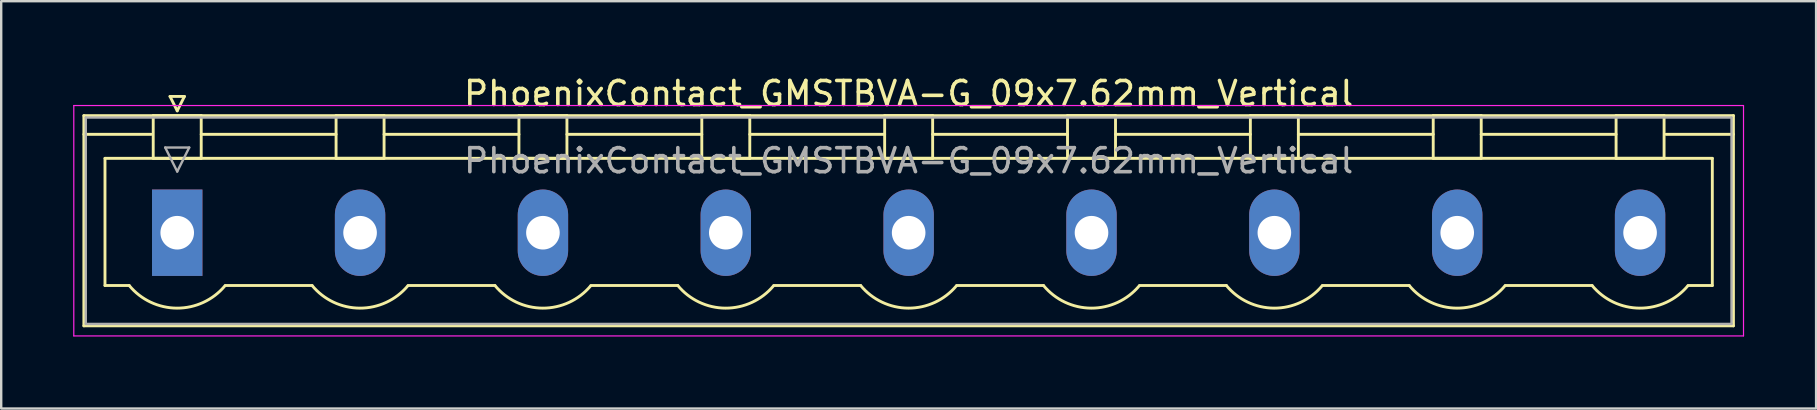
<source format=kicad_pcb>
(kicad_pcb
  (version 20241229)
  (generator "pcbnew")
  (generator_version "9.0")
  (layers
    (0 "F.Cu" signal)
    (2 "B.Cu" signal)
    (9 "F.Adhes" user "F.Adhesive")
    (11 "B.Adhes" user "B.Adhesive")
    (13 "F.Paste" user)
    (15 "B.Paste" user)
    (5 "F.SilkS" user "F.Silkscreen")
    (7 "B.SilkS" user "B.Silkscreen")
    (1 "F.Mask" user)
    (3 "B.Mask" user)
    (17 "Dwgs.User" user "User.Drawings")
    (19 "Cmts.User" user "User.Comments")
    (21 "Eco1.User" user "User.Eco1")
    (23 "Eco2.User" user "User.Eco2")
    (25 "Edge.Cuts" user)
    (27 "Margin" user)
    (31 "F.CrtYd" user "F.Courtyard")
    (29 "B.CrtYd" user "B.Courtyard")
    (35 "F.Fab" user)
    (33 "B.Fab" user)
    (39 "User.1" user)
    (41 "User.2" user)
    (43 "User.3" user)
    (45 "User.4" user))
  (footprint "PhoenixContact_GMSTBVA-G_09x7.62mm_Vertical"
    (layer "F.Cu")
    (at 4.335 6.648)
    (property "Reference" "PhoenixContact_GMSTBVA-G_09x7.62mm_Vertical" (at 30.48 -5.8 0) (layer "F.SilkS") (effects (font (size 1 1) (thickness 0.15))))
    (attr through_hole)
    (fp_line (start -3.89 -4.88) (end -3.89 3.88) (stroke (width 0.12) (type solid)) (layer "F.SilkS"))
    (fp_line (start -3.89 -4.1) (end -1.08 -4.1) (stroke (width 0.12) (type solid)) (layer "F.SilkS"))
    (fp_line (start -3.89 3.88) (end 64.85 3.88) (stroke (width 0.12) (type solid)) (layer "F.SilkS"))
    (fp_line (start -3.01 -3.1) (end 63.97 -3.1) (stroke (width 0.12) (type solid)) (layer "F.SilkS"))
    (fp_line (start -3.01 2.2) (end -3.01 -3.1) (stroke (width 0.12) (type solid)) (layer "F.SilkS"))
    (fp_line (start -2 2.2) (end -3.01 2.2) (stroke (width 0.12) (type solid)) (layer "F.SilkS"))
    (fp_line (start -1 -4.88) (end 1 -4.88) (stroke (width 0.12) (type solid)) (layer "F.SilkS"))
    (fp_line (start -1 -3.1) (end -1 -4.88) (stroke (width 0.12) (type solid)) (layer "F.SilkS"))
    (fp_line (start -0.3 -5.68) (end 0.3 -5.68) (stroke (width 0.12) (type solid)) (layer "F.SilkS"))
    (fp_line (start 0 -5.08) (end -0.3 -5.68) (stroke (width 0.12) (type solid)) (layer "F.SilkS"))
    (fp_line (start 0.3 -5.68) (end 0 -5.08) (stroke (width 0.12) (type solid)) (layer "F.SilkS"))
    (fp_line (start 1 -4.88) (end 1 -3.1) (stroke (width 0.12) (type solid)) (layer "F.SilkS"))
    (fp_line (start 1 -4.1) (end 6.62 -4.1) (stroke (width 0.12) (type solid)) (layer "F.SilkS"))
    (fp_line (start 1 -3.1) (end -1 -3.1) (stroke (width 0.12) (type solid)) (layer "F.SilkS"))
    (fp_line (start 2 2.2) (end 5.62 2.2) (stroke (width 0.12) (type solid)) (layer "F.SilkS"))
    (fp_line (start 6.62 -4.88) (end 8.62 -4.88) (stroke (width 0.12) (type solid)) (layer "F.SilkS"))
    (fp_line (start 6.62 -3.1) (end 6.62 -4.88) (stroke (width 0.12) (type solid)) (layer "F.SilkS"))
    (fp_line (start 8.62 -4.88) (end 8.62 -3.1) (stroke (width 0.12) (type solid)) (layer "F.SilkS"))
    (fp_line (start 8.62 -4.1) (end 14.24 -4.1) (stroke (width 0.12) (type solid)) (layer "F.SilkS"))
    (fp_line (start 8.62 -3.1) (end 6.62 -3.1) (stroke (width 0.12) (type solid)) (layer "F.SilkS"))
    (fp_line (start 9.62 2.2) (end 13.24 2.2) (stroke (width 0.12) (type solid)) (layer "F.SilkS"))
    (fp_line (start 14.24 -4.88) (end 16.24 -4.88) (stroke (width 0.12) (type solid)) (layer "F.SilkS"))
    (fp_line (start 14.24 -3.1) (end 14.24 -4.88) (stroke (width 0.12) (type solid)) (layer "F.SilkS"))
    (fp_line (start 16.24 -4.88) (end 16.24 -3.1) (stroke (width 0.12) (type solid)) (layer "F.SilkS"))
    (fp_line (start 16.24 -4.1) (end 21.86 -4.1) (stroke (width 0.12) (type solid)) (layer "F.SilkS"))
    (fp_line (start 16.24 -3.1) (end 14.24 -3.1) (stroke (width 0.12) (type solid)) (layer "F.SilkS"))
    (fp_line (start 17.24 2.2) (end 20.86 2.2) (stroke (width 0.12) (type solid)) (layer "F.SilkS"))
    (fp_line (start 21.86 -4.88) (end 23.86 -4.88) (stroke (width 0.12) (type solid)) (layer "F.SilkS"))
    (fp_line (start 21.86 -3.1) (end 21.86 -4.88) (stroke (width 0.12) (type solid)) (layer "F.SilkS"))
    (fp_line (start 23.86 -4.88) (end 23.86 -3.1) (stroke (width 0.12) (type solid)) (layer "F.SilkS"))
    (fp_line (start 23.86 -4.1) (end 29.48 -4.1) (stroke (width 0.12) (type solid)) (layer "F.SilkS"))
    (fp_line (start 23.86 -3.1) (end 21.86 -3.1) (stroke (width 0.12) (type solid)) (layer "F.SilkS"))
    (fp_line (start 24.86 2.2) (end 28.48 2.2) (stroke (width 0.12) (type solid)) (layer "F.SilkS"))
    (fp_line (start 29.48 -4.88) (end 31.48 -4.88) (stroke (width 0.12) (type solid)) (layer "F.SilkS"))
    (fp_line (start 29.48 -3.1) (end 29.48 -4.88) (stroke (width 0.12) (type solid)) (layer "F.SilkS"))
    (fp_line (start 31.48 -4.88) (end 31.48 -3.1) (stroke (width 0.12) (type solid)) (layer "F.SilkS"))
    (fp_line (start 31.48 -4.1) (end 37.1 -4.1) (stroke (width 0.12) (type solid)) (layer "F.SilkS"))
    (fp_line (start 31.48 -3.1) (end 29.48 -3.1) (stroke (width 0.12) (type solid)) (layer "F.SilkS"))
    (fp_line (start 32.48 2.2) (end 36.1 2.2) (stroke (width 0.12) (type solid)) (layer "F.SilkS"))
    (fp_line (start 37.1 -4.88) (end 39.1 -4.88) (stroke (width 0.12) (type solid)) (layer "F.SilkS"))
    (fp_line (start 37.1 -3.1) (end 37.1 -4.88) (stroke (width 0.12) (type solid)) (layer "F.SilkS"))
    (fp_line (start 39.1 -4.88) (end 39.1 -3.1) (stroke (width 0.12) (type solid)) (layer "F.SilkS"))
    (fp_line (start 39.1 -4.1) (end 44.72 -4.1) (stroke (width 0.12) (type solid)) (layer "F.SilkS"))
    (fp_line (start 39.1 -3.1) (end 37.1 -3.1) (stroke (width 0.12) (type solid)) (layer "F.SilkS"))
    (fp_line (start 40.1 2.2) (end 43.72 2.2) (stroke (width 0.12) (type solid)) (layer "F.SilkS"))
    (fp_line (start 44.72 -4.88) (end 46.72 -4.88) (stroke (width 0.12) (type solid)) (layer "F.SilkS"))
    (fp_line (start 44.72 -3.1) (end 44.72 -4.88) (stroke (width 0.12) (type solid)) (layer "F.SilkS"))
    (fp_line (start 46.72 -4.88) (end 46.72 -3.1) (stroke (width 0.12) (type solid)) (layer "F.SilkS"))
    (fp_line (start 46.72 -4.1) (end 52.34 -4.1) (stroke (width 0.12) (type solid)) (layer "F.SilkS"))
    (fp_line (start 46.72 -3.1) (end 44.72 -3.1) (stroke (width 0.12) (type solid)) (layer "F.SilkS"))
    (fp_line (start 47.72 2.2) (end 51.34 2.2) (stroke (width 0.12) (type solid)) (layer "F.SilkS"))
    (fp_line (start 52.34 -4.88) (end 54.34 -4.88) (stroke (width 0.12) (type solid)) (layer "F.SilkS"))
    (fp_line (start 52.34 -3.1) (end 52.34 -4.88) (stroke (width 0.12) (type solid)) (layer "F.SilkS"))
    (fp_line (start 54.34 -4.88) (end 54.34 -3.1) (stroke (width 0.12) (type solid)) (layer "F.SilkS"))
    (fp_line (start 54.34 -4.1) (end 59.96 -4.1) (stroke (width 0.12) (type solid)) (layer "F.SilkS"))
    (fp_line (start 54.34 -3.1) (end 52.34 -3.1) (stroke (width 0.12) (type solid)) (layer "F.SilkS"))
    (fp_line (start 55.34 2.2) (end 58.96 2.2) (stroke (width 0.12) (type solid)) (layer "F.SilkS"))
    (fp_line (start 59.96 -4.88) (end 61.96 -4.88) (stroke (width 0.12) (type solid)) (layer "F.SilkS"))
    (fp_line (start 59.96 -3.1) (end 59.96 -4.88) (stroke (width 0.12) (type solid)) (layer "F.SilkS"))
    (fp_line (start 61.96 -4.88) (end 61.96 -3.1) (stroke (width 0.12) (type solid)) (layer "F.SilkS"))
    (fp_line (start 61.96 -3.1) (end 59.96 -3.1) (stroke (width 0.12) (type solid)) (layer "F.SilkS"))
    (fp_line (start 63.97 -3.1) (end 63.97 2.2) (stroke (width 0.12) (type solid)) (layer "F.SilkS"))
    (fp_line (start 63.97 2.2) (end 62.96 2.2) (stroke (width 0.12) (type solid)) (layer "F.SilkS"))
    (fp_line (start 64.85 -4.88) (end -3.89 -4.88) (stroke (width 0.12) (type solid)) (layer "F.SilkS"))
    (fp_line (start 64.85 -4.1) (end 62.04 -4.1) (stroke (width 0.12) (type solid)) (layer "F.SilkS"))
    (fp_line (start 64.85 3.88) (end 64.85 -4.88) (stroke (width 0.12) (type solid)) (layer "F.SilkS"))
    (fp_arc (start 1.986842 2.215821) (mid -0.010289 3.142758) (end -2 2.2) (stroke (width 0.12) (type solid)) (layer "F.SilkS"))
    (fp_arc (start 9.606842 2.215821) (mid 7.609711 3.142758) (end 5.62 2.2) (stroke (width 0.12) (type solid)) (layer "F.SilkS"))
    (fp_arc (start 17.226842 2.215821) (mid 15.229711 3.142758) (end 13.24 2.2) (stroke (width 0.12) (type solid)) (layer "F.SilkS"))
    (fp_arc (start 24.846842 2.215821) (mid 22.849711 3.142758) (end 20.86 2.2) (stroke (width 0.12) (type solid)) (layer "F.SilkS"))
    (fp_arc (start 32.466842 2.215821) (mid 30.469711 3.142758) (end 28.48 2.2) (stroke (width 0.12) (type solid)) (layer "F.SilkS"))
    (fp_arc (start 40.086842 2.215821) (mid 38.089711 3.142758) (end 36.1 2.2) (stroke (width 0.12) (type solid)) (layer "F.SilkS"))
    (fp_arc (start 47.706842 2.215821) (mid 45.709711 3.142758) (end 43.72 2.2) (stroke (width 0.12) (type solid)) (layer "F.SilkS"))
    (fp_arc (start 55.326842 2.215821) (mid 53.329711 3.142758) (end 51.34 2.2) (stroke (width 0.12) (type solid)) (layer "F.SilkS"))
    (fp_arc (start 62.946842 2.215821) (mid 60.949711 3.142758) (end 58.96 2.2) (stroke (width 0.12) (type solid)) (layer "F.SilkS"))
    (fp_line (start -4.31 -5.3) (end -4.31 4.3) (stroke (width 0.05) (type solid)) (layer "F.CrtYd"))
    (fp_line (start -4.31 4.3) (end 65.27 4.3) (stroke (width 0.05) (type solid)) (layer "F.CrtYd"))
    (fp_line (start 65.27 -5.3) (end -4.31 -5.3) (stroke (width 0.05) (type solid)) (layer "F.CrtYd"))
    (fp_line (start 65.27 4.3) (end 65.27 -5.3) (stroke (width 0.05) (type solid)) (layer "F.CrtYd"))
    (fp_line (start -3.81 -4.8) (end -3.81 3.8) (stroke (width 0.1) (type solid)) (layer "F.Fab"))
    (fp_line (start -3.81 3.8) (end 64.77 3.8) (stroke (width 0.1) (type solid)) (layer "F.Fab"))
    (fp_line (start -0.5 -3.55) (end 0.5 -3.55) (stroke (width 0.1) (type solid)) (layer "F.Fab"))
    (fp_line (start 0 -2.55) (end -0.5 -3.55) (stroke (width 0.1) (type solid)) (layer "F.Fab"))
    (fp_line (start 0.5 -3.55) (end 0 -2.55) (stroke (width 0.1) (type solid)) (layer "F.Fab"))
    (fp_line (start 64.77 -4.8) (end -3.81 -4.8) (stroke (width 0.1) (type solid)) (layer "F.Fab"))
    (fp_line (start 64.77 3.8) (end 64.77 -4.8) (stroke (width 0.1) (type solid)) (layer "F.Fab"))
    (fp_text user "${REFERENCE}" (at 30.48 -3 0) (layer "F.Fab") (effects (font (size 1 1) (thickness 0.15))))
    (pad "1" thru_hole rect (at 0 0) (size 2.1 3.6) (drill 1.4) (layers "*.Cu" "*.Mask"))
    (pad "2" thru_hole oval (at 7.62 0) (size 2.1 3.6) (drill 1.4) (layers "*.Cu" "*.Mask"))
    (pad "3" thru_hole oval (at 15.24 0) (size 2.1 3.6) (drill 1.4) (layers "*.Cu" "*.Mask"))
    (pad "4" thru_hole oval (at 22.86 0) (size 2.1 3.6) (drill 1.4) (layers "*.Cu" "*.Mask"))
    (pad "5" thru_hole oval (at 30.48 0) (size 2.1 3.6) (drill 1.4) (layers "*.Cu" "*.Mask"))
    (pad "6" thru_hole oval (at 38.1 0) (size 2.1 3.6) (drill 1.4) (layers "*.Cu" "*.Mask"))
    (pad "7" thru_hole oval (at 45.72 0) (size 2.1 3.6) (drill 1.4) (layers "*.Cu" "*.Mask"))
    (pad "8" thru_hole oval (at 53.34 0) (size 2.1 3.6) (drill 1.4) (layers "*.Cu" "*.Mask"))
    (pad "9" thru_hole oval (at 60.96 0) (size 2.1 3.6) (drill 1.4) (layers "*.Cu" "*.Mask")))
  (gr_rect
    (start -3 -3)
    (end 72.63 13.973)
    (stroke (width 0.1) (type default))
    (fill no)
    (layer "Edge.Cuts")))
</source>
